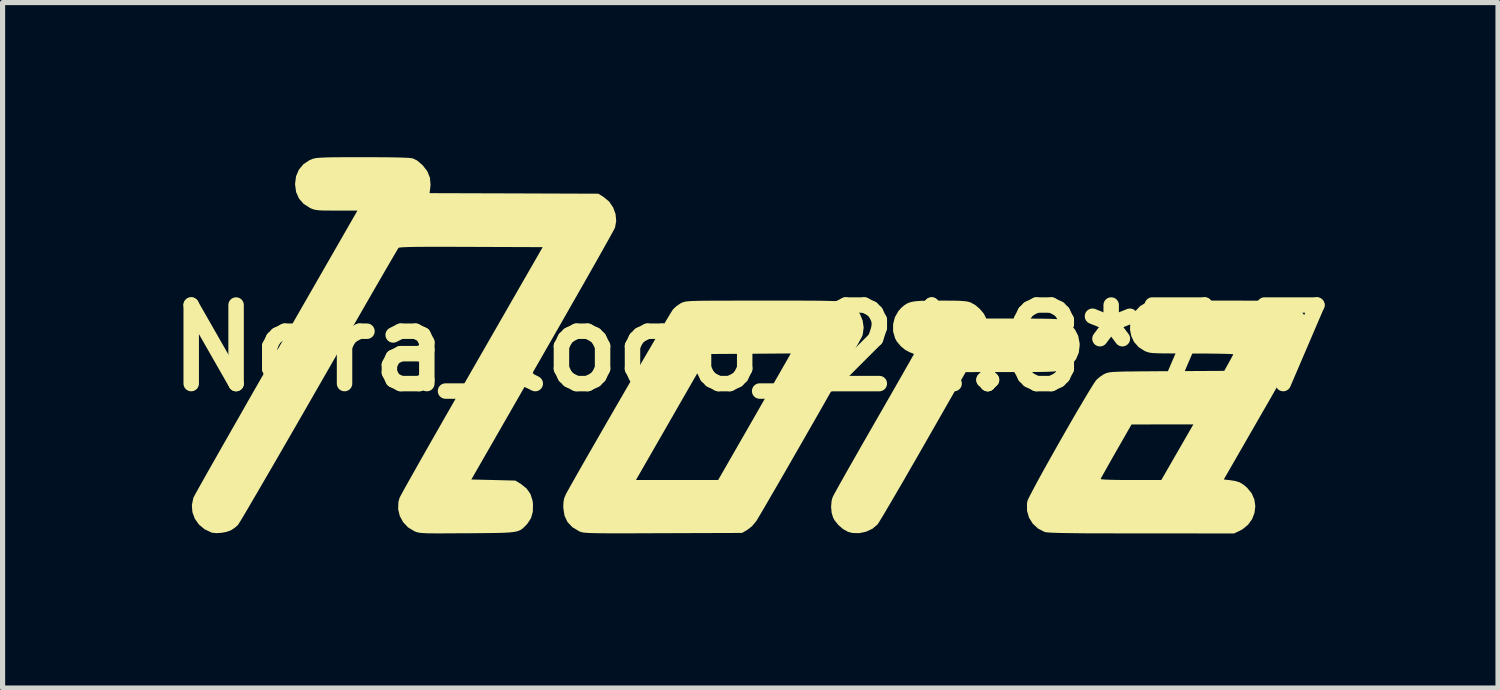
<source format=kicad_pcb>
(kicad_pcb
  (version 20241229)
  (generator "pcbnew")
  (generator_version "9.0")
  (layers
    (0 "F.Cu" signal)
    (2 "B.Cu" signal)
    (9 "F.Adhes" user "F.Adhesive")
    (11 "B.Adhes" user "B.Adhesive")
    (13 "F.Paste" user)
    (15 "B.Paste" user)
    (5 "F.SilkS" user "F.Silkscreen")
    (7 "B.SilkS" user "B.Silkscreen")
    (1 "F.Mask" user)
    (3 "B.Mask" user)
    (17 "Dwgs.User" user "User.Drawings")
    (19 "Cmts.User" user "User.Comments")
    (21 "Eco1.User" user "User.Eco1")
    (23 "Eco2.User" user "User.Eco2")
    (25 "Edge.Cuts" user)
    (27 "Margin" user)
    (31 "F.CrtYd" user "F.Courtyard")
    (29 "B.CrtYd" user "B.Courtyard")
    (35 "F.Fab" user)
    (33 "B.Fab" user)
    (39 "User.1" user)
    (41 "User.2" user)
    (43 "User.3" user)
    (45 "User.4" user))
  (footprint "Nora_logo_21.8*7.7"
    (layer "F.Cu")
    (at 11.51 3.704)
    (property "Reference" "Nora_logo_21.8*7.7" (at 0 0 0) (layer "F.SilkS") (effects (font (size 1.524 1.524) (thickness 0.3))))
    (attr board_only exclude_from_pos_files exclude_from_bom)
    (fp_poly (pts (xy 3.846 -0.92) (xy 3.973 -0.919) (xy 4.07 -0.916) (xy 4.143 -0.911) (xy 4.198 -0.905) (xy 4.242 -0.895) (xy 4.279 -0.883) (xy 4.28 -0.882) (xy 4.368 -0.833) (xy 4.455 -0.758) (xy 4.527 -0.673) (xy 4.555 -0.623) (xy 4.579 -0.572) (xy 5.285 -0.572) (xy 5.484 -0.571) (xy 5.645 -0.57) (xy 5.773 -0.568) (xy 5.872 -0.565) (xy 5.947 -0.561) (xy 6.001 -0.556) (xy 6.041 -0.548) (xy 6.069 -0.539) (xy 6.069 -0.539) (xy 6.201 -0.464) (xy 6.299 -0.362) (xy 6.363 -0.237) (xy 6.391 -0.091) (xy 6.392 -0.053) (xy 6.374 0.092) (xy 6.32 0.218) (xy 6.234 0.323) (xy 6.2 0.356) (xy 6.166 0.383) (xy 6.129 0.406) (xy 6.086 0.424) (xy 6.031 0.437) (xy 5.961 0.448) (xy 5.873 0.456) (xy 5.761 0.461) (xy 5.621 0.464) (xy 5.451 0.465) (xy 5.245 0.466) (xy 5.071 0.466) (xy 4.18 0.467) (xy 3.355 1.91) (xy 3.224 2.139) (xy 3.097 2.358) (xy 2.978 2.566) (xy 2.866 2.757) (xy 2.765 2.931) (xy 2.675 3.083) (xy 2.6 3.211) (xy 2.539 3.312) (xy 2.496 3.383) (xy 2.471 3.42) (xy 2.468 3.424) (xy 2.371 3.506) (xy 2.249 3.563) (xy 2.116 3.592) (xy 1.983 3.589) (xy 1.895 3.566) (xy 1.8 3.513) (xy 1.708 3.433) (xy 1.633 3.339) (xy 1.607 3.291) (xy 1.578 3.194) (xy 1.568 3.079) (xy 1.578 2.964) (xy 1.595 2.9) (xy 1.61 2.87) (xy 1.644 2.806) (xy 1.696 2.712) (xy 1.764 2.59) (xy 1.846 2.444) (xy 1.941 2.277) (xy 2.047 2.091) (xy 2.161 1.89) (xy 2.283 1.678) (xy 2.399 1.476) (xy 2.525 1.257) (xy 2.644 1.049) (xy 2.756 0.854) (xy 2.858 0.676) (xy 2.949 0.517) (xy 3.026 0.381) (xy 3.09 0.27) (xy 3.136 0.187) (xy 3.166 0.136) (xy 3.175 0.118) (xy 3.157 0.106) (xy 3.113 0.089) (xy 3.098 0.084) (xy 3.008 0.037) (xy 2.919 -0.037) (xy 2.844 -0.126) (xy 2.81 -0.188) (xy 2.771 -0.323) (xy 2.771 -0.463) (xy 2.806 -0.599) (xy 2.876 -0.72) (xy 2.936 -0.786) (xy 2.983 -0.826) (xy 3.028 -0.857) (xy 3.077 -0.88) (xy 3.137 -0.897) (xy 3.213 -0.909) (xy 3.31 -0.916) (xy 3.436 -0.919) (xy 3.595 -0.921) (xy 3.683 -0.921)) (stroke (width 0) (type solid)) (fill yes) (layer "F.SilkS"))
    (fp_poly (pts (xy 0.835 -0.921) (xy 1.06 -0.92) (xy 1.251 -0.919) (xy 1.411 -0.917) (xy 1.545 -0.914) (xy 1.654 -0.91) (xy 1.742 -0.904) (xy 1.812 -0.896) (xy 1.867 -0.886) (xy 1.91 -0.874) (xy 1.944 -0.859) (xy 1.972 -0.841) (xy 1.996 -0.82) (xy 2.021 -0.796) (xy 2.043 -0.774) (xy 2.128 -0.662) (xy 2.181 -0.532) (xy 2.2 -0.396) (xy 2.182 -0.262) (xy 2.172 -0.233) (xy 2.158 -0.205) (xy 2.125 -0.144) (xy 2.074 -0.052) (xy 2.007 0.067) (xy 1.927 0.21) (xy 1.834 0.375) (xy 1.73 0.557) (xy 1.618 0.754) (xy 1.499 0.962) (xy 1.375 1.18) (xy 1.248 1.402) (xy 1.119 1.627) (xy 0.991 1.851) (xy 0.864 2.071) (xy 0.742 2.284) (xy 0.625 2.487) (xy 0.516 2.676) (xy 0.415 2.849) (xy 0.326 3.003) (xy 0.25 3.133) (xy 0.188 3.238) (xy 0.143 3.314) (xy 0.116 3.358) (xy 0.115 3.359) (xy 0.032 3.459) (xy -0.058 3.528) (xy -0.159 3.588) (xy -1.693 3.593) (xy -1.985 3.594) (xy -2.238 3.595) (xy -2.454 3.595) (xy -2.637 3.595) (xy -2.79 3.595) (xy -2.916 3.594) (xy -3.017 3.592) (xy -3.098 3.59) (xy -3.161 3.587) (xy -3.209 3.583) (xy -3.246 3.579) (xy -3.273 3.573) (xy -3.295 3.566) (xy -3.314 3.559) (xy -3.323 3.555) (xy -3.453 3.476) (xy -3.547 3.377) (xy -3.605 3.254) (xy -3.628 3.108) (xy -3.629 3.08) (xy -3.625 2.984) (xy -3.61 2.91) (xy -3.58 2.839) (xy -3.573 2.826) (xy -3.539 2.764) (xy -3.488 2.672) (xy -3.425 2.561) (xy -2.219 2.561) (xy -0.624 2.561) (xy 0.011 1.456) (xy 0.127 1.254) (xy 0.238 1.06) (xy 0.343 0.877) (xy 0.44 0.71) (xy 0.525 0.561) (xy 0.598 0.434) (xy 0.655 0.334) (xy 0.696 0.263) (xy 0.716 0.228) (xy 0.786 0.105) (xy -0.014 0.111) (xy -0.814 0.116) (xy -1.155 0.709) (xy -1.257 0.887) (xy -1.374 1.09) (xy -1.498 1.307) (xy -1.624 1.526) (xy -1.744 1.735) (xy -1.852 1.922) (xy -1.857 1.931) (xy -2.219 2.561) (xy -3.425 2.561) (xy -3.42 2.552) (xy -3.339 2.409) (xy -3.245 2.244) (xy -3.141 2.062) (xy -3.027 1.865) (xy -2.907 1.656) (xy -2.782 1.439) (xy -2.653 1.216) (xy -2.523 0.991) (xy -2.393 0.767) (xy -2.265 0.547) (xy -2.141 0.334) (xy -2.023 0.131) (xy -1.912 -0.058) (xy -1.811 -0.231) (xy -1.721 -0.384) (xy -1.644 -0.515) (xy -1.581 -0.62) (xy -1.535 -0.696) (xy -1.507 -0.74) (xy -1.501 -0.749) (xy -1.437 -0.81) (xy -1.36 -0.863) (xy -1.335 -0.876) (xy -1.316 -0.884) (xy -1.296 -0.892) (xy -1.272 -0.898) (xy -1.241 -0.904) (xy -1.2 -0.908) (xy -1.146 -0.912) (xy -1.076 -0.914) (xy -0.986 -0.917) (xy -0.874 -0.918) (xy -0.736 -0.919) (xy -0.571 -0.92) (xy -0.373 -0.92) (xy -0.141 -0.921) (xy 0.129 -0.921) (xy 0.275 -0.921) (xy 0.575 -0.921)) (stroke (width 0) (type solid)) (fill yes) (layer "F.SilkS"))
    (fp_poly (pts (xy 9.34 -0.921) (xy 9.571 -0.92) (xy 9.766 -0.92) (xy 9.929 -0.919) (xy 10.063 -0.918) (xy 10.171 -0.916) (xy 10.257 -0.913) (xy 10.324 -0.91) (xy 10.376 -0.905) (xy 10.415 -0.9) (xy 10.445 -0.894) (xy 10.469 -0.887) (xy 10.481 -0.882) (xy 10.577 -0.828) (xy 10.668 -0.746) (xy 10.74 -0.651) (xy 10.765 -0.602) (xy 10.787 -0.513) (xy 10.794 -0.405) (xy 10.784 -0.295) (xy 10.765 -0.22) (xy 10.75 -0.188) (xy 10.715 -0.123) (xy 10.663 -0.028) (xy 10.595 0.095) (xy 10.512 0.242) (xy 10.417 0.41) (xy 10.311 0.597) (xy 10.196 0.798) (xy 10.075 1.011) (xy 9.962 1.206) (xy 9.188 2.551) (xy 9.309 2.564) (xy 9.417 2.581) (xy 9.5 2.608) (xy 9.574 2.654) (xy 9.64 2.71) (xy 9.729 2.818) (xy 9.782 2.94) (xy 9.8 3.068) (xy 9.785 3.197) (xy 9.738 3.32) (xy 9.66 3.428) (xy 9.552 3.517) (xy 9.494 3.548) (xy 9.387 3.598) (xy 7.588 3.597) (xy 7.258 3.597) (xy 6.968 3.596) (xy 6.715 3.596) (xy 6.497 3.595) (xy 6.312 3.593) (xy 6.156 3.591) (xy 6.028 3.589) (xy 5.926 3.586) (xy 5.846 3.583) (xy 5.786 3.579) (xy 5.743 3.575) (xy 5.716 3.57) (xy 5.71 3.568) (xy 5.582 3.502) (xy 5.48 3.407) (xy 5.408 3.29) (xy 5.37 3.158) (xy 5.369 3.018) (xy 5.377 2.973) (xy 5.391 2.935) (xy 5.426 2.865) (xy 5.477 2.767) (xy 5.542 2.644) (xy 5.598 2.541) (xy 6.798 2.541) (xy 6.816 2.547) (xy 6.874 2.552) (xy 6.968 2.556) (xy 7.096 2.559) (xy 7.254 2.561) (xy 7.384 2.561) (xy 7.976 2.561) (xy 8.235 2.111) (xy 8.31 1.981) (xy 8.381 1.858) (xy 8.444 1.748) (xy 8.496 1.658) (xy 8.532 1.595) (xy 8.546 1.572) (xy 8.598 1.482) (xy 7.998 1.482) (xy 7.398 1.483) (xy 7.101 2.002) (xy 7.024 2.137) (xy 6.954 2.261) (xy 6.894 2.367) (xy 6.846 2.453) (xy 6.813 2.512) (xy 6.799 2.54) (xy 6.798 2.541) (xy 5.598 2.541) (xy 5.62 2.501) (xy 5.708 2.341) (xy 5.804 2.17) (xy 5.905 1.99) (xy 6.01 1.805) (xy 6.115 1.621) (xy 6.219 1.44) (xy 6.319 1.267) (xy 6.414 1.106) (xy 6.5 0.961) (xy 6.575 0.836) (xy 6.638 0.734) (xy 6.685 0.661) (xy 6.715 0.619) (xy 6.718 0.616) (xy 6.78 0.562) (xy 6.855 0.512) (xy 6.879 0.5) (xy 6.901 0.49) (xy 6.925 0.482) (xy 6.953 0.475) (xy 6.99 0.469) (xy 7.039 0.464) (xy 7.104 0.461) (xy 7.188 0.458) (xy 7.296 0.455) (xy 7.43 0.454) (xy 7.596 0.452) (xy 7.795 0.451) (xy 8.032 0.449) (xy 8.086 0.449) (xy 9.197 0.443) (xy 9.282 0.29) (xy 9.322 0.218) (xy 9.353 0.16) (xy 9.371 0.126) (xy 9.373 0.122) (xy 9.355 0.118) (xy 9.298 0.115) (xy 9.208 0.112) (xy 9.089 0.11) (xy 8.946 0.108) (xy 8.784 0.106) (xy 8.606 0.106) (xy 8.569 0.106) (xy 8.362 0.106) (xy 8.194 0.105) (xy 8.058 0.104) (xy 7.952 0.103) (xy 7.87 0.1) (xy 7.808 0.097) (xy 7.761 0.091) (xy 7.726 0.084) (xy 7.697 0.075) (xy 7.67 0.064) (xy 7.649 0.055) (xy 7.534 -0.019) (xy 7.448 -0.117) (xy 7.394 -0.23) (xy 7.369 -0.353) (xy 7.373 -0.479) (xy 7.408 -0.602) (xy 7.472 -0.716) (xy 7.564 -0.813) (xy 7.684 -0.887) (xy 7.703 -0.894) (xy 7.729 -0.9) (xy 7.766 -0.905) (xy 7.817 -0.909) (xy 7.885 -0.913) (xy 7.974 -0.915) (xy 8.085 -0.917) (xy 8.224 -0.919) (xy 8.392 -0.92) (xy 8.594 -0.92) (xy 8.832 -0.921) (xy 9.07 -0.921)) (stroke (width 0) (type solid)) (fill yes) (layer "F.SilkS"))
    (fp_poly (pts (xy -7.516 -3.704) (xy -7.265 -3.703) (xy -7.049 -3.702) (xy -6.869 -3.699) (xy -6.728 -3.695) (xy -6.625 -3.69) (xy -6.563 -3.683) (xy -6.551 -3.681) (xy -6.465 -3.639) (xy -6.368 -3.556) (xy -6.358 -3.547) (xy -6.267 -3.43) (xy -6.217 -3.305) (xy -6.205 -3.166) (xy -6.211 -3.11) (xy -6.224 -3.006) (xy -4.587 -3.001) (xy -2.949 -2.995) (xy -2.846 -2.931) (xy -2.74 -2.843) (xy -2.662 -2.729) (xy -2.615 -2.601) (xy -2.602 -2.465) (xy -2.625 -2.338) (xy -2.639 -2.31) (xy -2.672 -2.248) (xy -2.724 -2.154) (xy -2.794 -2.029) (xy -2.879 -1.877) (xy -2.979 -1.699) (xy -3.093 -1.498) (xy -3.219 -1.276) (xy -3.356 -1.036) (xy -3.503 -0.779) (xy -3.658 -0.507) (xy -3.82 -0.224) (xy -3.989 0.07) (xy -4.032 0.146) (xy -5.413 2.551) (xy -4.986 2.561) (xy -4.558 2.572) (xy -4.454 2.636) (xy -4.342 2.725) (xy -4.267 2.831) (xy -4.225 2.96) (xy -4.217 3.029) (xy -4.22 3.176) (xy -4.255 3.3) (xy -4.324 3.407) (xy -4.348 3.434) (xy -4.383 3.469) (xy -4.414 3.499) (xy -4.447 3.523) (xy -4.485 3.542) (xy -4.531 3.558) (xy -4.591 3.569) (xy -4.669 3.578) (xy -4.767 3.584) (xy -4.891 3.588) (xy -5.044 3.59) (xy -5.231 3.592) (xy -5.456 3.594) (xy -5.497 3.594) (xy -5.718 3.595) (xy -5.901 3.596) (xy -6.05 3.597) (xy -6.168 3.596) (xy -6.262 3.595) (xy -6.333 3.592) (xy -6.387 3.588) (xy -6.428 3.583) (xy -6.461 3.576) (xy -6.488 3.567) (xy -6.514 3.556) (xy -6.52 3.554) (xy -6.642 3.48) (xy -6.737 3.379) (xy -6.802 3.259) (xy -6.834 3.126) (xy -6.829 2.989) (xy -6.807 2.908) (xy -6.793 2.88) (xy -6.759 2.817) (xy -6.707 2.722) (xy -6.637 2.597) (xy -6.551 2.445) (xy -6.451 2.267) (xy -6.337 2.066) (xy -6.211 1.844) (xy -6.073 1.603) (xy -5.927 1.346) (xy -5.771 1.075) (xy -5.609 0.792) (xy -5.441 0.499) (xy -5.404 0.434) (xy -4.029 -1.958) (xy -5.416 -1.963) (xy -5.705 -1.964) (xy -5.954 -1.965) (xy -6.165 -1.965) (xy -6.342 -1.964) (xy -6.487 -1.963) (xy -6.603 -1.961) (xy -6.691 -1.958) (xy -6.756 -1.955) (xy -6.798 -1.951) (xy -6.822 -1.946) (xy -6.828 -1.942) (xy -6.841 -1.921) (xy -6.874 -1.865) (xy -6.926 -1.777) (xy -6.995 -1.658) (xy -7.081 -1.511) (xy -7.181 -1.337) (xy -7.296 -1.139) (xy -7.423 -0.919) (xy -7.561 -0.678) (xy -7.71 -0.42) (xy -7.867 -0.146) (xy -8.033 0.143) (xy -8.205 0.443) (xy -8.37 0.73) (xy -8.548 1.04) (xy -8.721 1.341) (xy -8.887 1.629) (xy -9.046 1.904) (xy -9.196 2.164) (xy -9.336 2.405) (xy -9.465 2.626) (xy -9.581 2.826) (xy -9.683 3) (xy -9.77 3.149) (xy -9.841 3.269) (xy -9.895 3.358) (xy -9.93 3.415) (xy -9.945 3.436) (xy -10.002 3.486) (xy -10.071 3.532) (xy -10.084 3.539) (xy -10.165 3.568) (xy -10.264 3.586) (xy -10.363 3.592) (xy -10.445 3.583) (xy -10.456 3.58) (xy -10.591 3.516) (xy -10.699 3.425) (xy -10.779 3.313) (xy -10.826 3.186) (xy -10.837 3.05) (xy -10.809 2.911) (xy -10.808 2.908) (xy -10.794 2.88) (xy -10.761 2.818) (xy -10.708 2.723) (xy -10.638 2.598) (xy -10.552 2.445) (xy -10.45 2.265) (xy -10.334 2.061) (xy -10.206 1.836) (xy -10.066 1.59) (xy -9.915 1.326) (xy -9.756 1.046) (xy -9.588 0.753) (xy -9.413 0.448) (xy -9.233 0.134) (xy -9.201 0.079) (xy -7.624 -2.667) (xy -8.03 -2.667) (xy -8.172 -2.668) (xy -8.279 -2.669) (xy -8.358 -2.672) (xy -8.416 -2.678) (xy -8.461 -2.686) (xy -8.499 -2.699) (xy -8.538 -2.716) (xy -8.541 -2.717) (xy -8.667 -2.797) (xy -8.757 -2.899) (xy -8.813 -3.024) (xy -8.834 -3.174) (xy -8.834 -3.187) (xy -8.815 -3.333) (xy -8.76 -3.462) (xy -8.671 -3.568) (xy -8.552 -3.647) (xy -8.491 -3.672) (xy -8.46 -3.68) (xy -8.42 -3.687) (xy -8.366 -3.692) (xy -8.293 -3.696) (xy -8.199 -3.7) (xy -8.078 -3.702) (xy -7.926 -3.703) (xy -7.741 -3.704) (xy -7.517 -3.704)) (stroke (width 0) (type solid)) (fill yes) (layer "F.SilkS")))
  (gr_rect
    (start -3 -3)
    (end 26.02 10.302)
    (stroke (width 0.1) (type default))
    (fill no)
    (layer "Edge.Cuts")))
</source>
